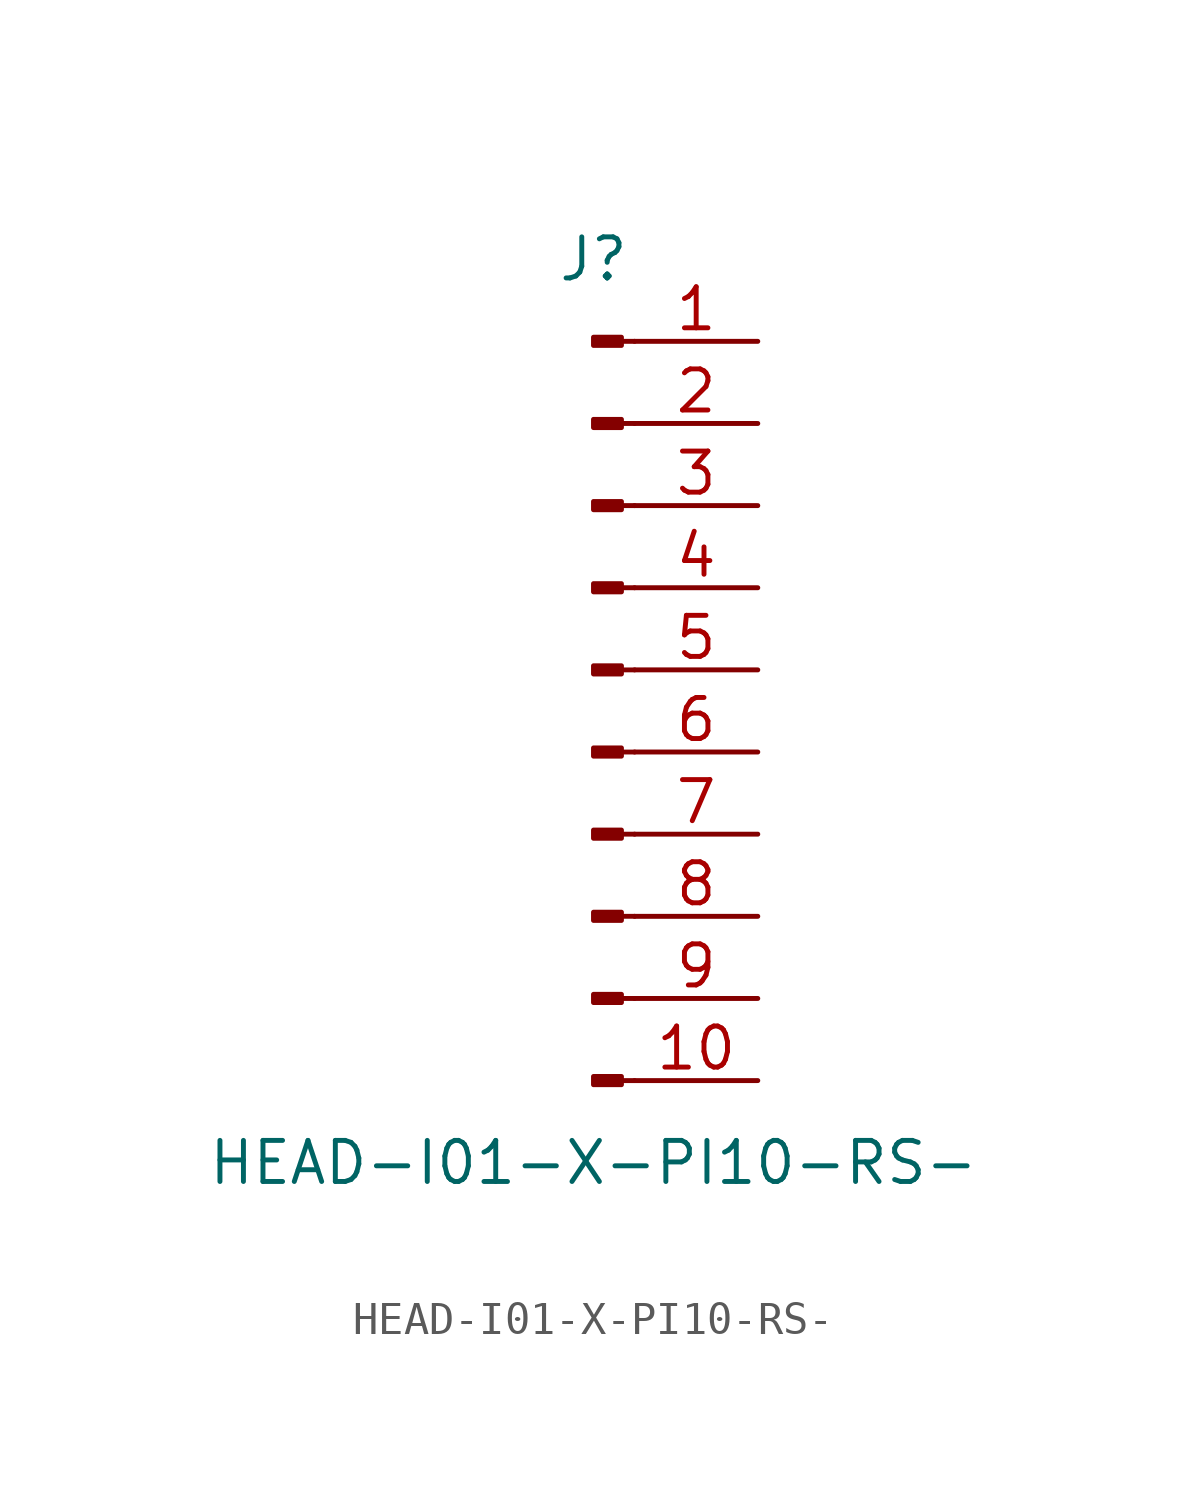
<source format=kicad_sym>
(kicad_symbol_lib
  (version 20211014)
  (generator kicad_symbol_editor)
  (symbol "HEAD-I01-X-PI10-RS-"
    (pin_names
      (offset 1.016) hide)
    (property "Reference" "J"
      (at 0 12.7 0)
      (effects (font (size 1.27 1.27))))
    (property "Value" "HEAD-I01-X-PI10-RS-"
      (at 0 -15.24 0)
      (effects (font (size 1.27 1.27))))
    (symbol "HEAD-I01-X-PI10-RS-_1_1"
      (polyline (pts (xy 1.27 -12.7) (xy 0.864 -12.7)) (stroke (width 0.152) (type default) (color 0 0 0 0)) (fill (type none)))
      (polyline (pts (xy 1.27 -10.16) (xy 0.864 -10.16)) (stroke (width 0.152) (type default) (color 0 0 0 0)) (fill (type none)))
      (polyline (pts (xy 1.27 -7.62) (xy 0.864 -7.62)) (stroke (width 0.152) (type default) (color 0 0 0 0)) (fill (type none)))
      (polyline (pts (xy 1.27 -5.08) (xy 0.864 -5.08)) (stroke (width 0.152) (type default) (color 0 0 0 0)) (fill (type none)))
      (polyline (pts (xy 1.27 -2.54) (xy 0.864 -2.54)) (stroke (width 0.152) (type default) (color 0 0 0 0)) (fill (type none)))
      (polyline (pts (xy 1.27 0) (xy 0.864 0)) (stroke (width 0.152) (type default) (color 0 0 0 0)) (fill (type none)))
      (polyline (pts (xy 1.27 2.54) (xy 0.864 2.54)) (stroke (width 0.152) (type default) (color 0 0 0 0)) (fill (type none)))
      (polyline (pts (xy 1.27 5.08) (xy 0.864 5.08)) (stroke (width 0.152) (type default) (color 0 0 0 0)) (fill (type none)))
      (polyline (pts (xy 1.27 7.62) (xy 0.864 7.62)) (stroke (width 0.152) (type default) (color 0 0 0 0)) (fill (type none)))
      (polyline (pts (xy 1.27 10.16) (xy 0.864 10.16)) (stroke (width 0.152) (type default) (color 0 0 0 0)) (fill (type none)))
      (rectangle (start 0.864 -12.573) (end 0 -12.827) (stroke (width 0.152) (type default) (color 0 0 0 0)) (fill (type outline)))
      (rectangle (start 0.864 -10.033) (end 0 -10.287) (stroke (width 0.152) (type default) (color 0 0 0 0)) (fill (type outline)))
      (rectangle (start 0.864 -7.493) (end 0 -7.747) (stroke (width 0.152) (type default) (color 0 0 0 0)) (fill (type outline)))
      (rectangle (start 0.864 -4.953) (end 0 -5.207) (stroke (width 0.152) (type default) (color 0 0 0 0)) (fill (type outline)))
      (rectangle (start 0.864 -2.413) (end 0 -2.667) (stroke (width 0.152) (type default) (color 0 0 0 0)) (fill (type outline)))
      (rectangle (start 0.864 0.127) (end 0 -0.127) (stroke (width 0.152) (type default) (color 0 0 0 0)) (fill (type outline)))
      (rectangle (start 0.864 2.667) (end 0 2.413) (stroke (width 0.152) (type default) (color 0 0 0 0)) (fill (type outline)))
      (rectangle (start 0.864 5.207) (end 0 4.953) (stroke (width 0.152) (type default) (color 0 0 0 0)) (fill (type outline)))
      (rectangle (start 0.864 7.747) (end 0 7.493) (stroke (width 0.152) (type default) (color 0 0 0 0)) (fill (type outline)))
      (rectangle (start 0.864 10.287) (end 0 10.033) (stroke (width 0.152) (type default) (color 0 0 0 0)) (fill (type outline)))
      (pin passive line (at 5.08 10.16 180) (length 3.81) (name "Pin_1" (effects (font (size 1.27 1.27)))) (number "1" (effects (font (size 1.27 1.27)))))
      (pin passive line (at 5.08 -12.7 180) (length 3.81) (name "Pin_10" (effects (font (size 1.27 1.27)))) (number "10" (effects (font (size 1.27 1.27)))))
      (pin passive line (at 5.08 7.62 180) (length 3.81) (name "Pin_2" (effects (font (size 1.27 1.27)))) (number "2" (effects (font (size 1.27 1.27)))))
      (pin passive line (at 5.08 5.08 180) (length 3.81) (name "Pin_3" (effects (font (size 1.27 1.27)))) (number "3" (effects (font (size 1.27 1.27)))))
      (pin passive line (at 5.08 2.54 180) (length 3.81) (name "Pin_4" (effects (font (size 1.27 1.27)))) (number "4" (effects (font (size 1.27 1.27)))))
      (pin passive line (at 5.08 0 180) (length 3.81) (name "Pin_5" (effects (font (size 1.27 1.27)))) (number "5" (effects (font (size 1.27 1.27)))))
      (pin passive line (at 5.08 -2.54 180) (length 3.81) (name "Pin_6" (effects (font (size 1.27 1.27)))) (number "6" (effects (font (size 1.27 1.27)))))
      (pin passive line (at 5.08 -5.08 180) (length 3.81) (name "Pin_7" (effects (font (size 1.27 1.27)))) (number "7" (effects (font (size 1.27 1.27)))))
      (pin passive line (at 5.08 -7.62 180) (length 3.81) (name "Pin_8" (effects (font (size 1.27 1.27)))) (number "8" (effects (font (size 1.27 1.27)))))
      (pin passive line (at 5.08 -10.16 180) (length 3.81) (name "Pin_9" (effects (font (size 1.27 1.27)))) (number "9" (effects (font (size 1.27 1.27))))))))
</source>
